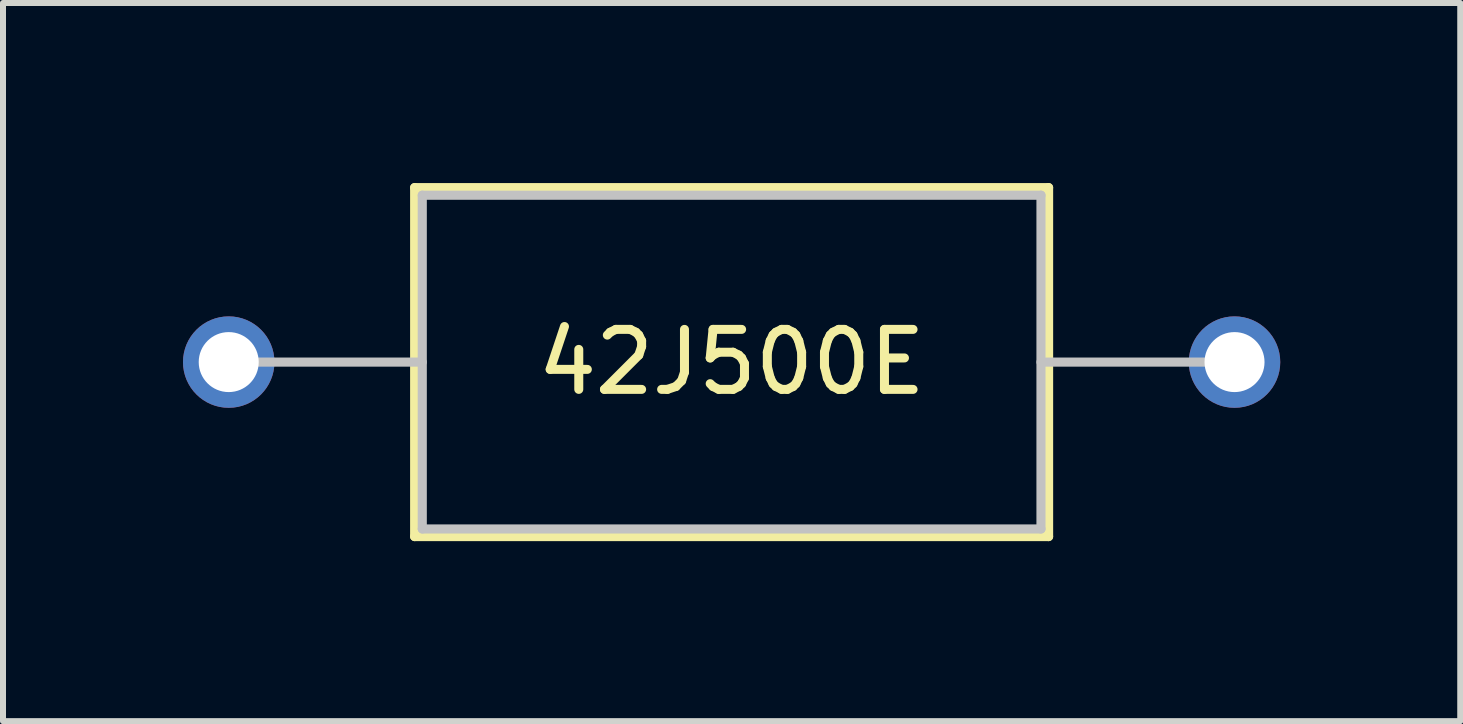
<source format=kicad_pcb>
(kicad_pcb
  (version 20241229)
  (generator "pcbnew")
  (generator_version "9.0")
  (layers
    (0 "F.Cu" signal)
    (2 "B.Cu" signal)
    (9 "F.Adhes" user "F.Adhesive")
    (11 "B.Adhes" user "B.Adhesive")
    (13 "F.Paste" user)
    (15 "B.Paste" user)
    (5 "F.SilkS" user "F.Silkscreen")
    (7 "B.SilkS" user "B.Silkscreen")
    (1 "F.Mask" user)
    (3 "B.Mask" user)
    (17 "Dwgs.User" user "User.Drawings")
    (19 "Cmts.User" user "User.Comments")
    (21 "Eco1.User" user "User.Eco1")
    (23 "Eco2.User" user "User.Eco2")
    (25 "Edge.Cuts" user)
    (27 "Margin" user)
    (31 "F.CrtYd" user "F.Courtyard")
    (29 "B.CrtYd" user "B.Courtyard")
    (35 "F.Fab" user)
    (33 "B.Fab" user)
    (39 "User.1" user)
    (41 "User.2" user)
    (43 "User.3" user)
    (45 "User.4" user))
  (footprint "42J500E"
    (layer "F.Cu")
    (at 17.526 2.985)
    (property "Reference" "42J500E" (at -8.382 0 0) (layer "F.SilkS") (effects (font (size 1 1) (thickness 0.15))))
    (attr through_hole)
    (fp_line (start -13.665 -2.908) (end -13.665 2.908) (stroke (width 0.152) (type solid)) (layer "F.SilkS"))
    (fp_line (start -13.665 2.908) (end -3.099 2.908) (stroke (width 0.152) (type solid)) (layer "F.SilkS"))
    (fp_line (start -3.099 -2.908) (end -13.665 -2.908) (stroke (width 0.152) (type solid)) (layer "F.SilkS"))
    (fp_line (start -3.099 2.908) (end -3.099 -2.908) (stroke (width 0.152) (type solid)) (layer "F.SilkS"))
    (fp_line (start -16.764 0) (end -13.538 0) (stroke (width 0.152) (type solid)) (layer "Dwgs.User"))
    (fp_line (start -13.538 -2.781) (end -13.538 2.781) (stroke (width 0.152) (type solid)) (layer "Dwgs.User"))
    (fp_line (start -13.538 2.781) (end -3.226 2.781) (stroke (width 0.152) (type solid)) (layer "Dwgs.User"))
    (fp_line (start -3.226 -2.781) (end -13.538 -2.781) (stroke (width 0.152) (type solid)) (layer "Dwgs.User"))
    (fp_line (start -3.226 2.781) (end -3.226 -2.781) (stroke (width 0.152) (type solid)) (layer "Dwgs.User"))
    (fp_line (start 0 0) (end -3.226 0) (stroke (width 0.152) (type solid)) (layer "Dwgs.User"))
    (pad "1" thru_hole circle (at -16.764 0) (size 1.524 1.524) (drill 1) (layers "*.Cu" "*.Mask"))
    (pad "2" thru_hole circle (at 0 0) (size 1.524 1.524) (drill 1) (layers "*.Cu" "*.Mask")))
  (gr_rect
    (start -3 -3)
    (end 21.288 8.969)
    (stroke (width 0.1) (type default))
    (fill no)
    (layer "Edge.Cuts")))
</source>
